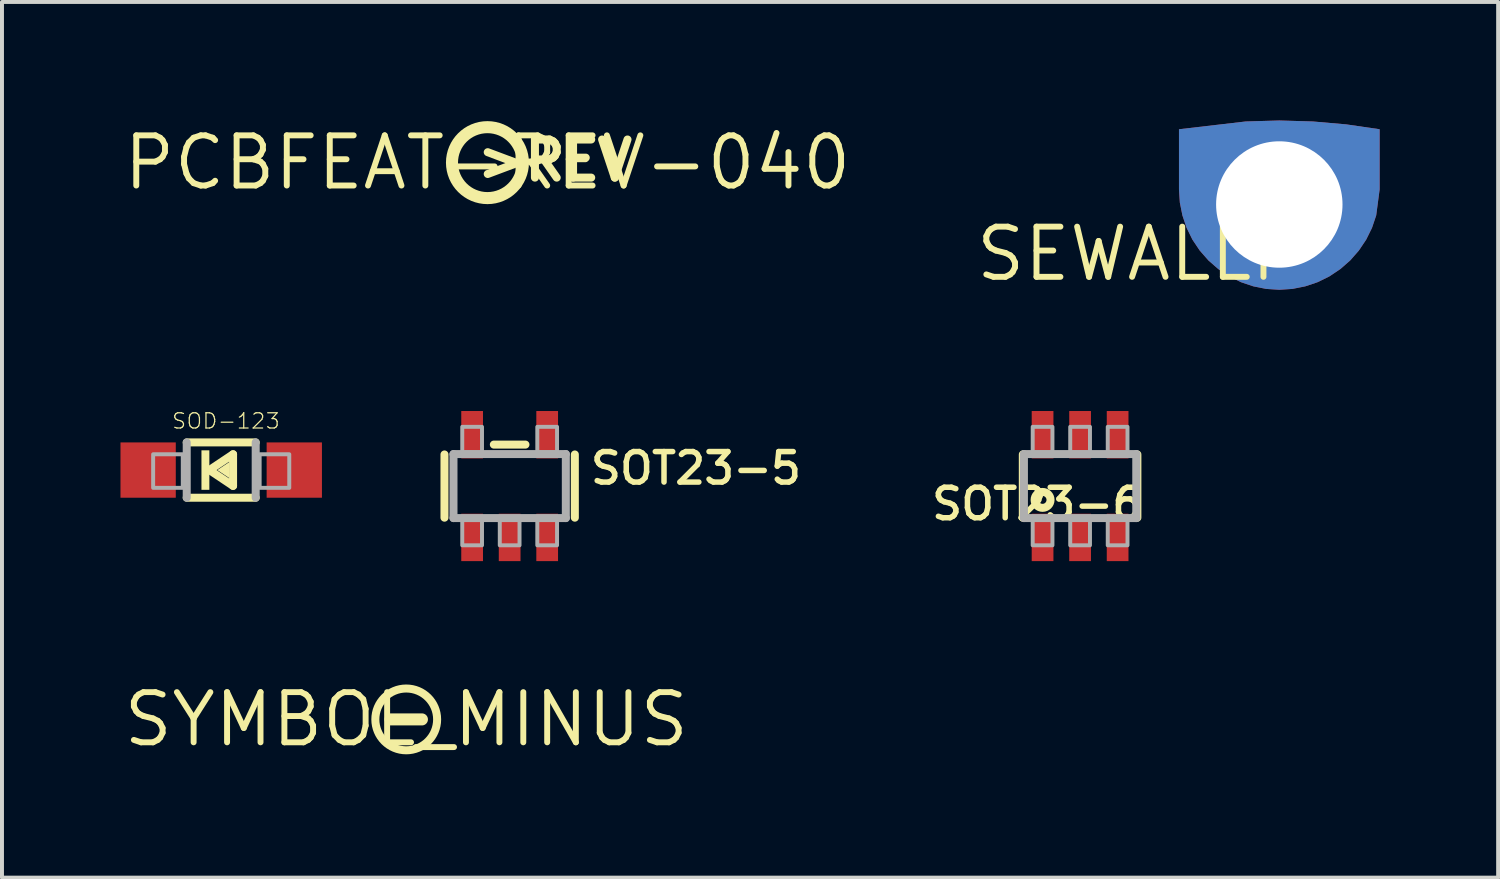
<source format=kicad_pcb>
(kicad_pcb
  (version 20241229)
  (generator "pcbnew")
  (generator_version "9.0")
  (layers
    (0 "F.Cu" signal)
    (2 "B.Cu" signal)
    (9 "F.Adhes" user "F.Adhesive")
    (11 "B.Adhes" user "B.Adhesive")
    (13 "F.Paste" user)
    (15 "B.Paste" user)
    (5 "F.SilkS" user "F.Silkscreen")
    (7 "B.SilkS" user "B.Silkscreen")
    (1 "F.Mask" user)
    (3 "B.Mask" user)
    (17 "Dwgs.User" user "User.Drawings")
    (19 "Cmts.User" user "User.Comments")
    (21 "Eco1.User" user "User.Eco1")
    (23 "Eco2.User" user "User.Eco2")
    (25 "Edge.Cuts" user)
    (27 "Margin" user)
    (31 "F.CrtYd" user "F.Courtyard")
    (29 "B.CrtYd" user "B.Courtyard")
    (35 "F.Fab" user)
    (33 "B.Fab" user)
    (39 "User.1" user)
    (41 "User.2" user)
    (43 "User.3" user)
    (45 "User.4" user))
  (footprint "PCBFEAT-REV-040"
    (layer "F.Cu")
    (at 9.29 1.067)
    (property "Reference" "PCBFEAT-REV-040" (at 0 0 0) (layer "F.SilkS") (effects (font (size 1.27 1.27) (thickness 0.15))))
    (attr through_hole)
    (fp_circle (center 0 0) (end 0.898 0) (stroke (width 0.305) (type solid)) (fill no) (layer "F.SilkS"))
    (fp_text user ">REV" (at -0.356 0.508 0) (layer "F.SilkS") (effects (font (size 0.965 0.965) (thickness 0.203)) (justify left bottom))))
  (footprint "SEWALLI"
    (layer "F.Cu")
    (at 29.336 2.635)
    (property "Reference" "SEWALLI" (at 0 0 0) (layer "F.SilkS") (effects (font (size 1.27 1.27) (thickness 0.15)) (justify right top)))
    (attr through_hole)
    (fp_poly (pts (xy 2.54 -2.413) (xy 1.698 -2.536) (xy 0.851 -2.61) (xy 0 -2.635) (xy -0.851 -2.61) (xy -2.54 -2.413) (xy -2.54 -0.889) (xy -2.518 -0.557) (xy -2.453 -0.232) (xy -2.347 0.083) (xy -2.2 0.381) (xy -2.015 0.657) (xy -1.796 0.907) (xy -1.546 1.126) (xy -1.27 1.311) (xy -0.972 1.458) (xy -0.657 1.564) (xy -0.332 1.629) (xy 0 1.651) (xy 0.332 1.629) (xy 0.657 1.564) (xy 0.972 1.458) (xy 1.27 1.311) (xy 1.546 1.126) (xy 1.796 0.907) (xy 2.015 0.657) (xy 2.2 0.381) (xy 2.347 0.083) (xy 2.453 -0.232) (xy 2.54 -0.889)) (stroke (width 0) (type solid)) (fill yes) (layer "F.Cu"))
    (fp_poly (pts (xy 2.54 -2.413) (xy 1.698 -2.536) (xy 0.851 -2.61) (xy 0 -2.635) (xy -0.851 -2.61) (xy -2.54 -2.413) (xy -2.54 -0.889) (xy -2.518 -0.557) (xy -2.453 -0.232) (xy -2.347 0.083) (xy -2.2 0.381) (xy -2.015 0.657) (xy -1.796 0.907) (xy -1.546 1.126) (xy -1.27 1.311) (xy -0.972 1.458) (xy -0.657 1.564) (xy -0.332 1.629) (xy 0 1.651) (xy 0.332 1.629) (xy 0.657 1.564) (xy 0.972 1.458) (xy 1.27 1.311) (xy 1.546 1.126) (xy 1.796 0.907) (xy 2.015 0.657) (xy 2.2 0.381) (xy 2.347 0.083) (xy 2.453 -0.232) (xy 2.54 -0.889)) (stroke (width 0) (type solid)) (fill yes) (layer "F.Mask"))
    (fp_poly (pts (xy 2.54 -2.413) (xy 1.698 -2.536) (xy 0.851 -2.61) (xy 0 -2.635) (xy -0.851 -2.61) (xy -2.54 -2.413) (xy -2.54 -0.889) (xy -2.518 -0.557) (xy -2.453 -0.232) (xy -2.347 0.083) (xy -2.2 0.381) (xy -2.015 0.657) (xy -1.796 0.907) (xy -1.546 1.126) (xy -1.27 1.311) (xy -0.972 1.458) (xy -0.657 1.564) (xy -0.332 1.629) (xy 0 1.651) (xy 0.332 1.629) (xy 0.657 1.564) (xy 0.972 1.458) (xy 1.27 1.311) (xy 1.546 1.126) (xy 1.796 0.907) (xy 2.015 0.657) (xy 2.2 0.381) (xy 2.347 0.083) (xy 2.453 -0.232) (xy 2.54 -0.889)) (stroke (width 0) (type solid)) (fill yes) (layer "B.Cu"))
    (fp_poly (pts (xy 2.54 -2.413) (xy 1.698 -2.536) (xy 0.851 -2.61) (xy 0 -2.635) (xy -0.851 -2.61) (xy -2.54 -2.413) (xy -2.54 -0.889) (xy -2.518 -0.557) (xy -2.453 -0.232) (xy -2.347 0.083) (xy -2.2 0.381) (xy -2.015 0.657) (xy -1.796 0.907) (xy -1.546 1.126) (xy -1.27 1.311) (xy -0.972 1.458) (xy -0.657 1.564) (xy -0.332 1.629) (xy 0 1.651) (xy 0.332 1.629) (xy 0.657 1.564) (xy 0.972 1.458) (xy 1.27 1.311) (xy 1.546 1.126) (xy 1.796 0.907) (xy 2.015 0.657) (xy 2.2 0.381) (xy 2.347 0.083) (xy 2.453 -0.232) (xy 2.54 -0.889)) (stroke (width 0) (type solid)) (fill yes) (layer "B.Mask"))
    (pad "P$1" thru_hole circle (at 0 -0.508) (size 4.216 4.216) (drill 3.2) (layers "*.Cu" "*.Mask")))
  (footprint "SOD-123"
    (layer "F.Cu")
    (at 2.55 8.85)
    (property "Reference" "SOD-123" (at -1.27 -1.016 0) (layer "F.SilkS") (effects (font (size 0.386 0.386) (thickness 0.031)) (justify left bottom)))
    (attr through_hole)
    (fp_line (start -0.873 -0.7) (end 0.873 -0.7) (stroke (width 0.203) (type solid)) (layer "F.SilkS"))
    (fp_line (start -0.3 0) (end 0.3 -0.4) (stroke (width 0.203) (type solid)) (layer "F.SilkS"))
    (fp_line (start 0.3 -0.4) (end 0.3 0.4) (stroke (width 0.203) (type solid)) (layer "F.SilkS"))
    (fp_line (start 0.3 0.4) (end -0.3 0) (stroke (width 0.203) (type solid)) (layer "F.SilkS"))
    (fp_line (start 0.873 0.7) (end -0.873 0.7) (stroke (width 0.203) (type solid)) (layer "F.SilkS"))
    (fp_poly (pts (xy -0.1 0) (xy 0.2 -0.2) (xy 0.2 0.2)) (stroke (width 0) (type solid)) (fill yes) (layer "F.SilkS"))
    (fp_poly (pts (xy -0.5 0.5) (xy -0.3 0.5) (xy -0.3 -0.5) (xy -0.5 -0.5)) (stroke (width 0) (type solid)) (fill yes) (layer "F.SilkS"))
    (fp_line (start -0.873 0.7) (end -0.873 -0.7) (stroke (width 0.203) (type solid)) (layer "F.Fab"))
    (fp_line (start 0.873 -0.7) (end 0.873 0.7) (stroke (width 0.203) (type solid)) (layer "F.Fab"))
    (fp_poly (pts (xy -1.723 0.45) (xy -0.973 0.45) (xy -0.973 -0.4) (xy -1.723 -0.4)) (stroke (width 0.1) (type solid)) (fill no) (layer "F.Fab"))
    (fp_poly (pts (xy 0.973 0.45) (xy 1.723 0.45) (xy 1.723 -0.4) (xy 0.973 -0.4)) (stroke (width 0.1) (type solid)) (fill no) (layer "F.Fab"))
    (pad "A" smd rect (at 1.85 0 90) (size 1.4 1.4) (layers "F.Cu" "F.Mask" "F.Paste"))
    (pad "C" smd rect (at -1.85 0 90) (size 1.4 1.4) (layers "F.Cu" "F.Mask" "F.Paste")))
  (footprint "SYMBOL_MINUS"
    (layer "F.Cu")
    (at 7.234 15.162)
    (property "Reference" "SYMBOL_MINUS" (at 0 0 0) (layer "F.SilkS") (effects (font (size 1.27 1.27) (thickness 0.15))))
    (attr through_hole)
    (fp_line (start 0.397 0) (end -0.397 0) (stroke (width 0.305) (type solid)) (layer "F.SilkS"))
    (fp_circle (center 0 0) (end 0.782 0) (stroke (width 0.203) (type solid)) (fill no) (layer "F.SilkS")))
  (footprint "SOT23-5"
    (layer "F.Cu")
    (at 9.852 9.255)
    (property "Reference" "SOT23-5" (at 1.978 0 0) (layer "F.SilkS") (effects (font (size 0.772 0.772) (thickness 0.139)) (justify left bottom)))
    (attr through_hole)
    (fp_line (start -1.65 -0.8) (end -1.65 0.8) (stroke (width 0.203) (type solid)) (layer "F.SilkS"))
    (fp_line (start -0.4 -1.05) (end 0.4 -1.05) (stroke (width 0.203) (type solid)) (layer "F.SilkS"))
    (fp_line (start 1.65 -0.8) (end 1.65 0.8) (stroke (width 0.203) (type solid)) (layer "F.SilkS"))
    (fp_line (start -1.422 -0.81) (end 1.422 -0.81) (stroke (width 0.203) (type solid)) (layer "F.Fab"))
    (fp_line (start -1.422 0.81) (end -1.422 -0.81) (stroke (width 0.203) (type solid)) (layer "F.Fab"))
    (fp_line (start 1.422 -0.81) (end 1.422 0.81) (stroke (width 0.203) (type solid)) (layer "F.Fab"))
    (fp_line (start 1.422 0.81) (end -1.422 0.81) (stroke (width 0.203) (type solid)) (layer "F.Fab"))
    (fp_poly (pts (xy -1.2 -0.85) (xy -0.7 -0.85) (xy -0.7 -1.5) (xy -1.2 -1.5)) (stroke (width 0.1) (type solid)) (fill no) (layer "F.Fab"))
    (fp_poly (pts (xy -1.2 1.5) (xy -0.7 1.5) (xy -0.7 0.85) (xy -1.2 0.85)) (stroke (width 0.1) (type solid)) (fill no) (layer "F.Fab"))
    (fp_poly (pts (xy -0.25 1.5) (xy 0.25 1.5) (xy 0.25 0.85) (xy -0.25 0.85)) (stroke (width 0.1) (type solid)) (fill no) (layer "F.Fab"))
    (fp_poly (pts (xy 0.7 -0.85) (xy 1.2 -0.85) (xy 1.2 -1.5) (xy 0.7 -1.5)) (stroke (width 0.1) (type solid)) (fill no) (layer "F.Fab"))
    (fp_poly (pts (xy 0.7 1.5) (xy 1.2 1.5) (xy 1.2 0.85) (xy 0.7 0.85)) (stroke (width 0.1) (type solid)) (fill no) (layer "F.Fab"))
    (pad "1" smd rect (at -0.95 1.3) (size 0.55 1.2) (layers "F.Cu" "F.Mask" "F.Paste"))
    (pad "2" smd rect (at 0 1.3) (size 0.55 1.2) (layers "F.Cu" "F.Mask" "F.Paste"))
    (pad "3" smd rect (at 0.95 1.3) (size 0.55 1.2) (layers "F.Cu" "F.Mask" "F.Paste"))
    (pad "4" smd rect (at 0.95 -1.3) (size 0.55 1.2) (layers "F.Cu" "F.Mask" "F.Paste"))
    (pad "5" smd rect (at -0.95 -1.3) (size 0.55 1.2) (layers "F.Cu" "F.Mask" "F.Paste")))
  (footprint "SOT23-6"
    (layer "F.Cu")
    (at 24.293 9.255)
    (property "Reference" "SOT23-6" (at 1.651 0 180) (layer "F.SilkS") (effects (font (size 0.772 0.772) (thickness 0.139)) (justify right top)))
    (attr through_hole)
    (fp_line (start -1.45 -0.8) (end -1.45 0.8) (stroke (width 0.203) (type solid)) (layer "F.SilkS"))
    (fp_line (start 1.45 0.8) (end 1.45 -0.8) (stroke (width 0.203) (type solid)) (layer "F.SilkS"))
    (fp_circle (center -0.95 0.35) (end -0.85 0.35) (stroke (width 0.203) (type solid)) (fill no) (layer "F.SilkS"))
    (fp_line (start -1.422 -0.81) (end 1.422 -0.81) (stroke (width 0.203) (type solid)) (layer "F.Fab"))
    (fp_line (start -1.422 0.81) (end -1.422 -0.81) (stroke (width 0.203) (type solid)) (layer "F.Fab"))
    (fp_line (start 1.422 -0.81) (end 1.422 0.81) (stroke (width 0.203) (type solid)) (layer "F.Fab"))
    (fp_line (start 1.422 0.81) (end -1.422 0.81) (stroke (width 0.203) (type solid)) (layer "F.Fab"))
    (fp_poly (pts (xy -1.2 -0.85) (xy -0.7 -0.85) (xy -0.7 -1.5) (xy -1.2 -1.5)) (stroke (width 0.1) (type solid)) (fill no) (layer "F.Fab"))
    (fp_poly (pts (xy -1.2 1.5) (xy -0.7 1.5) (xy -0.7 0.85) (xy -1.2 0.85)) (stroke (width 0.1) (type solid)) (fill no) (layer "F.Fab"))
    (fp_poly (pts (xy -0.25 -0.85) (xy 0.25 -0.85) (xy 0.25 -1.5) (xy -0.25 -1.5)) (stroke (width 0.1) (type solid)) (fill no) (layer "F.Fab"))
    (fp_poly (pts (xy -0.25 1.5) (xy 0.25 1.5) (xy 0.25 0.85) (xy -0.25 0.85)) (stroke (width 0.1) (type solid)) (fill no) (layer "F.Fab"))
    (fp_poly (pts (xy 0.7 -0.85) (xy 1.2 -0.85) (xy 1.2 -1.5) (xy 0.7 -1.5)) (stroke (width 0.1) (type solid)) (fill no) (layer "F.Fab"))
    (fp_poly (pts (xy 0.7 1.5) (xy 1.2 1.5) (xy 1.2 0.85) (xy 0.7 0.85)) (stroke (width 0.1) (type solid)) (fill no) (layer "F.Fab"))
    (pad "1" smd rect (at -0.95 1.3) (size 0.55 1.2) (layers "F.Cu" "F.Mask" "F.Paste"))
    (pad "2" smd rect (at 0 1.3) (size 0.55 1.2) (layers "F.Cu" "F.Mask" "F.Paste"))
    (pad "3" smd rect (at 0.95 1.3) (size 0.55 1.2) (layers "F.Cu" "F.Mask" "F.Paste"))
    (pad "4" smd rect (at 0.95 -1.3) (size 0.55 1.2) (layers "F.Cu" "F.Mask" "F.Paste"))
    (pad "5" smd rect (at 0 -1.3) (size 0.55 1.2) (layers "F.Cu" "F.Mask" "F.Paste"))
    (pad "6" smd rect (at -0.95 -1.3) (size 0.55 1.2) (layers "F.Cu" "F.Mask" "F.Paste")))
  (gr_rect
    (start -3 -3)
    (end 34.876 19.168)
    (stroke (width 0.1) (type default))
    (fill no)
    (layer "Edge.Cuts")))
</source>
